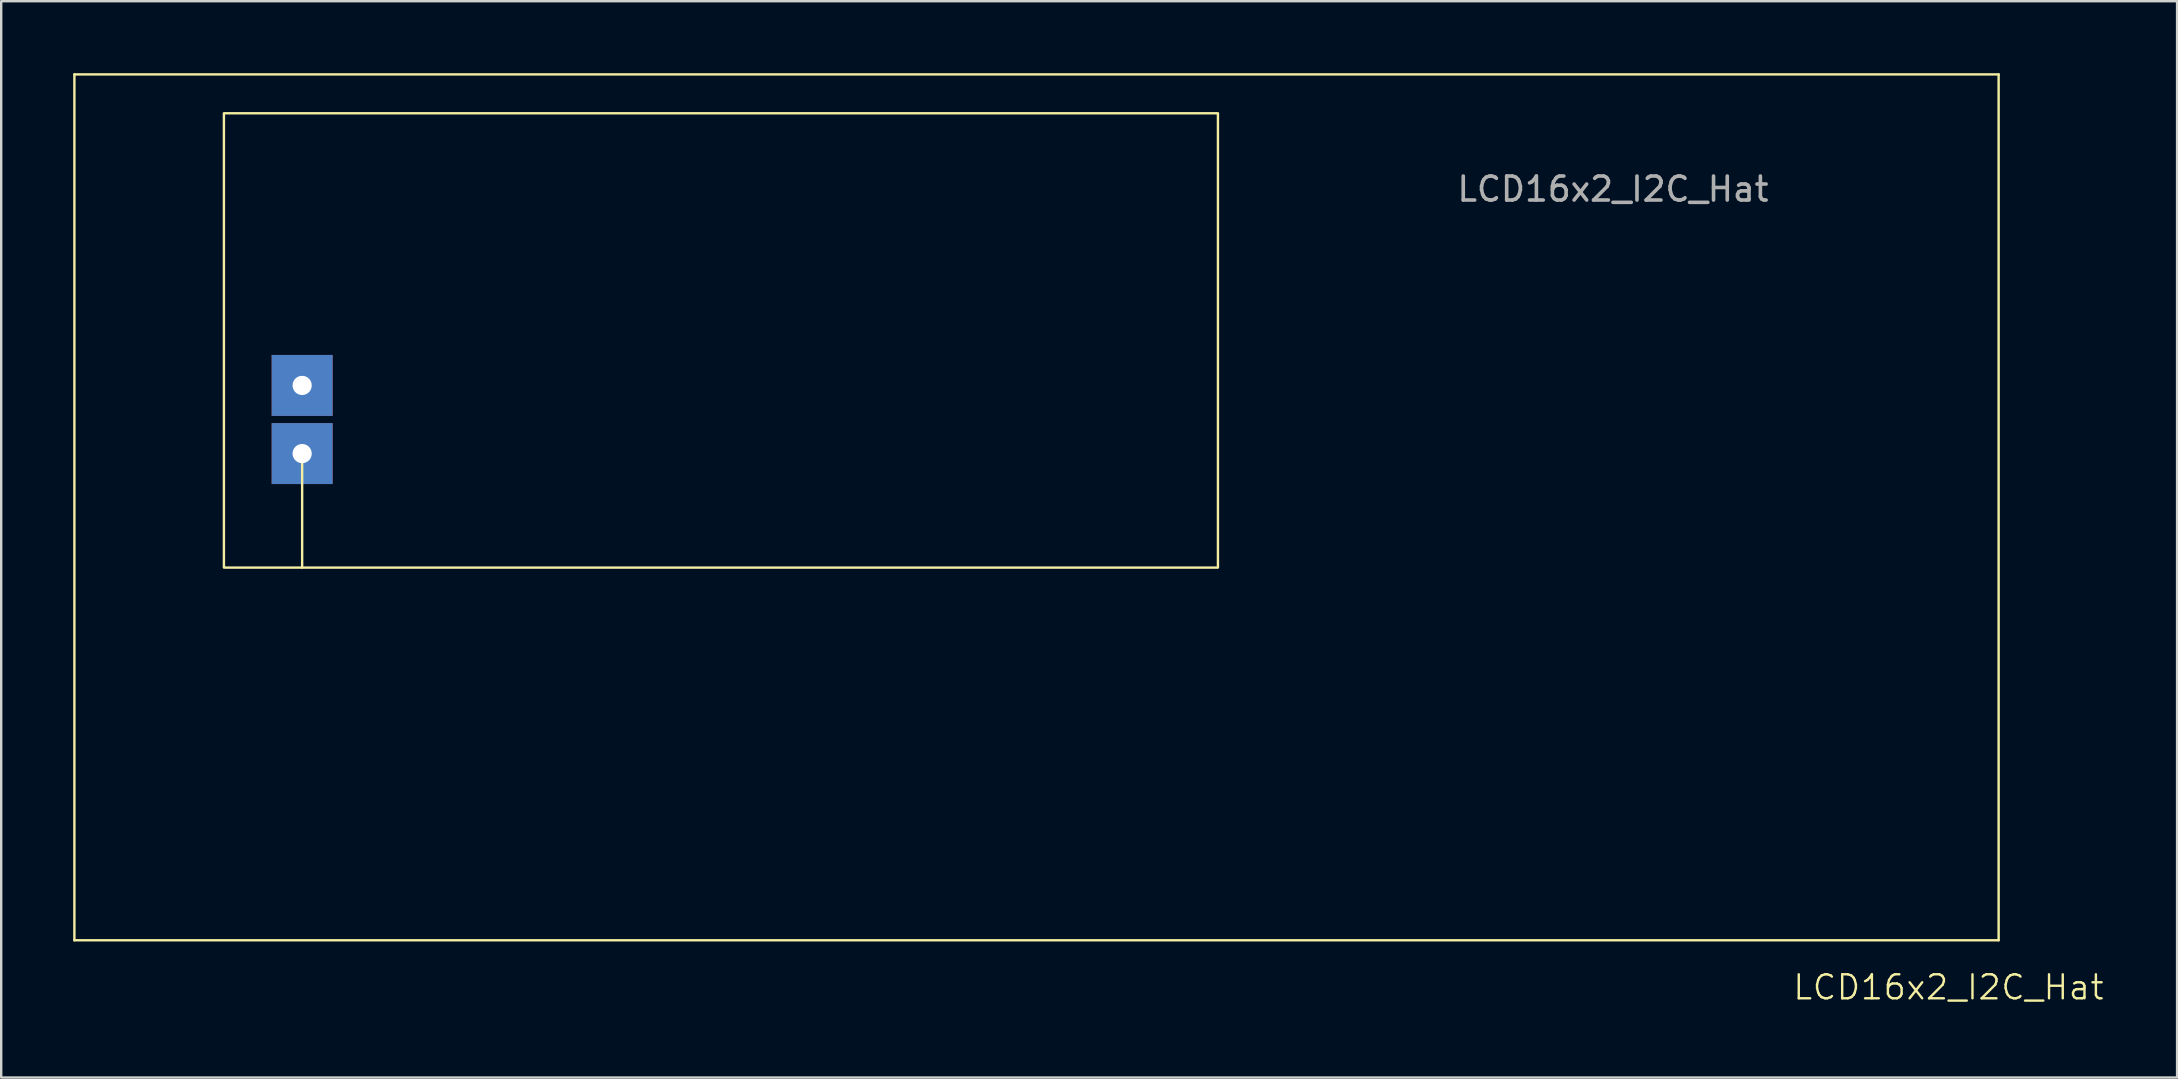
<source format=kicad_pcb>
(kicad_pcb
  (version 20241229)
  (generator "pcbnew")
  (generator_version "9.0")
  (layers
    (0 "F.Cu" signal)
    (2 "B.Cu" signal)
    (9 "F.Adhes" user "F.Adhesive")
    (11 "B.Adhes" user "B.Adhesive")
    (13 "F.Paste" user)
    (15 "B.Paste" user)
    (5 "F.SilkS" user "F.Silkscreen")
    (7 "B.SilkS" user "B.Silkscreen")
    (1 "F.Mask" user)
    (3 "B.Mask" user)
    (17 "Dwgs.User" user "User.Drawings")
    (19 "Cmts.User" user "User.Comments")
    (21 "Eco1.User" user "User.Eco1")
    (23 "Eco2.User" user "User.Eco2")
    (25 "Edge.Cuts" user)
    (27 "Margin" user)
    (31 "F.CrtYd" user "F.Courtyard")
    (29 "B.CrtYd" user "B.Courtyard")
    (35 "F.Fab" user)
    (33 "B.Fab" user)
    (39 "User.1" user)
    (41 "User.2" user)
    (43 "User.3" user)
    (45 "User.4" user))
  (footprint "LCD16x2_I2C_Hat"
    (layer "F.Cu")
    (at 40.14 18.09)
    (property "Reference" "LCD16x2_I2C_Hat" (at 38 20 0) (unlocked yes) (layer "F.SilkS") (effects (font (size 1 1) (thickness 0.1))))
    (attr through_hole)
    (fp_line (start -40.09 -18.04) (end 40.09 -18.04) (stroke (width 0.1) (type default)) (layer "F.SilkS"))
    (fp_line (start -40.09 18.04) (end -40.09 -18.04) (stroke (width 0.1) (type default)) (layer "F.SilkS"))
    (fp_line (start -30.6 2.51) (end -30.6 -2.24) (stroke (width 0.1) (type default)) (layer "F.SilkS"))
    (fp_line (start 40.09 -18.04) (end 40.09 18.04) (stroke (width 0.1) (type default)) (layer "F.SilkS"))
    (fp_line (start 40.09 18.04) (end -40.09 18.04) (stroke (width 0.1) (type default)) (layer "F.SilkS"))
    (fp_rect (start -33.86 -16.42) (end 7.56 2.51) (stroke (width 0.1) (type default)) (fill no) (layer "F.SilkS"))
    (fp_text user "${REFERENCE}" (at 24.02 -13.26 0) (unlocked yes) (layer "F.Fab") (effects (font (size 1 1) (thickness 0.15))))
    (pad "1" thru_hole rect (at -30.6 -2.24) (size 2.54 2.54) (drill 0.8) (layers "*.Cu" "*.Mask"))
    (pad "2" thru_hole rect (at -30.6 -5.08) (size 2.54 2.54) (drill 0.8) (layers "*.Cu" "*.Mask"))
    (zone (net_name "") (layer "F.SilkS") (hatch edge 0.5) (connect_pads) (min_thickness 0.25) (filled_areas_thickness no) (keepout (tracks allowed) (vias allowed) (pads not_allowed) (copperpour allowed) (footprints not_allowed)) (placement (enabled no)) (fill) (polygon (pts (xy 0.05 0.05) (xy 80.23 0.05) (xy 80.23 36.13) (xy 0.05 36.13)))))
  (gr_rect
    (start -3 -3)
    (end 87.666 41.85)
    (stroke (width 0.1) (type default))
    (fill no)
    (layer "Edge.Cuts")))
</source>
